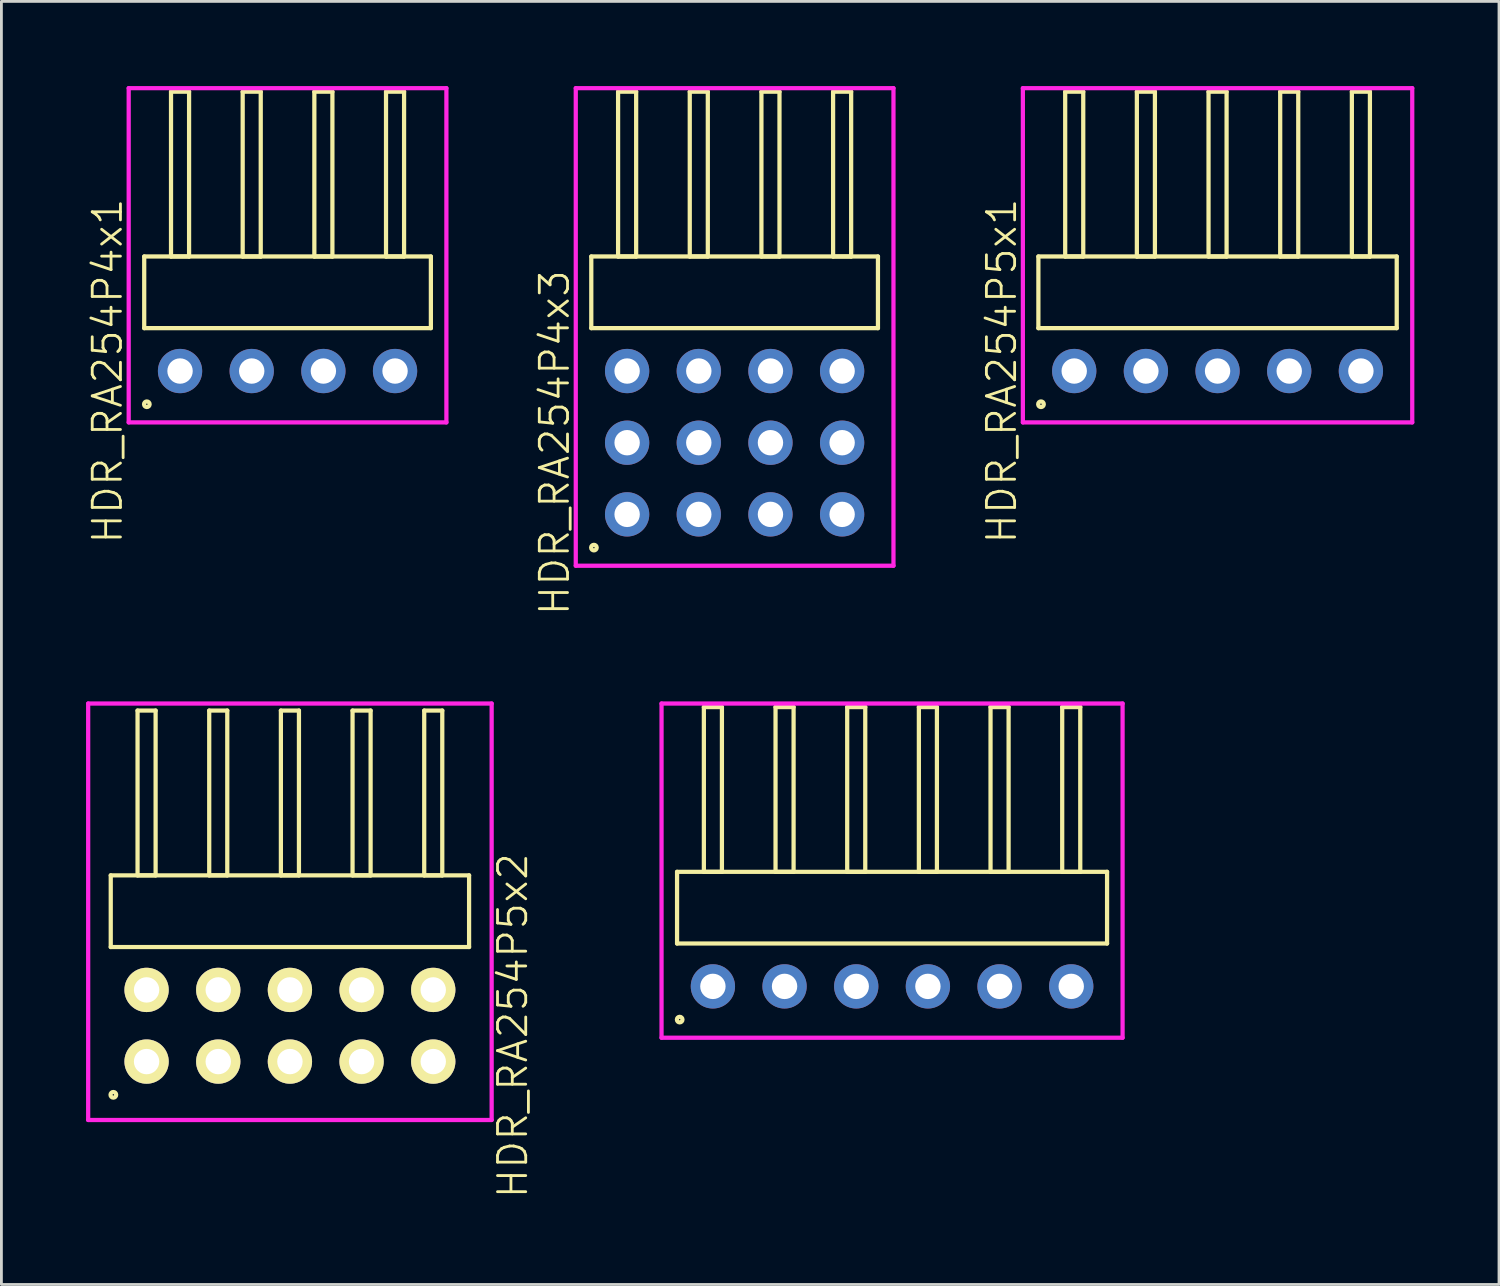
<source format=kicad_pcb>
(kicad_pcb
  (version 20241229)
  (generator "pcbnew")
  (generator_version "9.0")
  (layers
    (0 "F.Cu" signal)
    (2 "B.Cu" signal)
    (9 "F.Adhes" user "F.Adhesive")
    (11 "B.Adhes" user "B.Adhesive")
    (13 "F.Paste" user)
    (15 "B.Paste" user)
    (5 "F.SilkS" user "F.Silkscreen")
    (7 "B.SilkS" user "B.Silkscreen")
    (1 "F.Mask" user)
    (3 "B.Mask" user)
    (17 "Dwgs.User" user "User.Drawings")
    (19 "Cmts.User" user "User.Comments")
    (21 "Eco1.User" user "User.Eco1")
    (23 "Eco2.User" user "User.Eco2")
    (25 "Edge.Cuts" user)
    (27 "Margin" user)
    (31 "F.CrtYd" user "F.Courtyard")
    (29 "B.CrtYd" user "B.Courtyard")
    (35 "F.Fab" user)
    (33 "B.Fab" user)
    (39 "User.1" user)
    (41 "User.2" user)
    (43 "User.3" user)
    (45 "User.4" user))
  (footprint "HDR_RA254P5x1"
    (layer "F.Cu")
    (at 40.102 10.1)
    (property "Reference" "HDR_RA254P5x1" (at -7.65 0 90) (layer "F.SilkS") (effects (font (size 1 1) (thickness 0.1))))
    (attr through_hole)
    (fp_line (start -6.35 -4.06) (end -6.35 -1.52) (stroke (width 0.15) (type solid)) (layer "F.SilkS"))
    (fp_line (start -6.35 -1.52) (end 6.35 -1.52) (stroke (width 0.15) (type solid)) (layer "F.SilkS"))
    (fp_line (start -5.4 -9.9) (end -5.4 -4.06) (stroke (width 0.15) (type solid)) (layer "F.SilkS"))
    (fp_line (start -5.4 -4.06) (end -4.76 -4.06) (stroke (width 0.15) (type solid)) (layer "F.SilkS"))
    (fp_line (start -4.76 -9.9) (end -5.4 -9.9) (stroke (width 0.15) (type solid)) (layer "F.SilkS"))
    (fp_line (start -4.76 -4.06) (end -4.76 -9.9) (stroke (width 0.15) (type solid)) (layer "F.SilkS"))
    (fp_line (start -2.86 -9.9) (end -2.86 -4.06) (stroke (width 0.15) (type solid)) (layer "F.SilkS"))
    (fp_line (start -2.86 -4.06) (end -2.22 -4.06) (stroke (width 0.15) (type solid)) (layer "F.SilkS"))
    (fp_line (start -2.22 -9.9) (end -2.86 -9.9) (stroke (width 0.15) (type solid)) (layer "F.SilkS"))
    (fp_line (start -2.22 -4.06) (end -2.22 -9.9) (stroke (width 0.15) (type solid)) (layer "F.SilkS"))
    (fp_line (start -0.32 -9.9) (end -0.32 -4.06) (stroke (width 0.15) (type solid)) (layer "F.SilkS"))
    (fp_line (start -0.32 -4.06) (end 0.32 -4.06) (stroke (width 0.15) (type solid)) (layer "F.SilkS"))
    (fp_line (start 0.32 -9.9) (end -0.32 -9.9) (stroke (width 0.15) (type solid)) (layer "F.SilkS"))
    (fp_line (start 0.32 -4.06) (end 0.32 -9.9) (stroke (width 0.15) (type solid)) (layer "F.SilkS"))
    (fp_line (start 2.22 -9.9) (end 2.22 -4.06) (stroke (width 0.15) (type solid)) (layer "F.SilkS"))
    (fp_line (start 2.22 -4.06) (end 2.86 -4.06) (stroke (width 0.15) (type solid)) (layer "F.SilkS"))
    (fp_line (start 2.86 -9.9) (end 2.22 -9.9) (stroke (width 0.15) (type solid)) (layer "F.SilkS"))
    (fp_line (start 2.86 -4.06) (end 2.86 -9.9) (stroke (width 0.15) (type solid)) (layer "F.SilkS"))
    (fp_line (start 4.76 -9.9) (end 4.76 -4.06) (stroke (width 0.15) (type solid)) (layer "F.SilkS"))
    (fp_line (start 4.76 -4.06) (end 5.4 -4.06) (stroke (width 0.15) (type solid)) (layer "F.SilkS"))
    (fp_line (start 5.4 -9.9) (end 4.76 -9.9) (stroke (width 0.15) (type solid)) (layer "F.SilkS"))
    (fp_line (start 5.4 -4.06) (end 5.4 -9.9) (stroke (width 0.15) (type solid)) (layer "F.SilkS"))
    (fp_line (start 6.35 -4.06) (end -6.35 -4.06) (stroke (width 0.15) (type solid)) (layer "F.SilkS"))
    (fp_line (start 6.35 -1.52) (end 6.35 -4.06) (stroke (width 0.15) (type solid)) (layer "F.SilkS"))
    (fp_circle (center -6.258 1.177) (end -6.158 1.177) (stroke (width 0.15) (type solid)) (fill no) (layer "F.SilkS"))
    (fp_line (start -6.9 -10.025) (end -6.9 1.82) (stroke (width 0.15) (type solid)) (layer "F.CrtYd"))
    (fp_line (start -6.9 1.82) (end 6.9 1.82) (stroke (width 0.15) (type solid)) (layer "F.CrtYd"))
    (fp_line (start 6.9 -10.025) (end -6.9 -10.025) (stroke (width 0.15) (type solid)) (layer "F.CrtYd"))
    (fp_line (start 6.9 1.82) (end 6.9 -10.025) (stroke (width 0.15) (type solid)) (layer "F.CrtYd"))
    (pad "1" thru_hole oval (at -5.08 0) (size 1.57 1.57) (drill 0.9) (layers "*.Cu" "*.Mask"))
    (pad "2" thru_hole oval (at -2.54 0) (size 1.57 1.57) (drill 0.9) (layers "*.Cu" "*.Mask"))
    (pad "3" thru_hole oval (at 0 0) (size 1.57 1.57) (drill 0.9) (layers "*.Cu" "*.Mask"))
    (pad "4" thru_hole oval (at 2.54 0) (size 1.57 1.57) (drill 0.9) (layers "*.Cu" "*.Mask"))
    (pad "5" thru_hole oval (at 5.08 0) (size 1.57 1.57) (drill 0.9) (layers "*.Cu" "*.Mask")))
  (footprint "HDR_RA254P5x2"
    (layer "F.Cu")
    (at 7.225 33.304)
    (property "Reference" "HDR_RA254P5x2" (at 7.9 0 90) (layer "F.SilkS") (effects (font (size 1 1) (thickness 0.1))))
    (attr through_hole)
    (fp_line (start -6.35 -5.33) (end -6.35 -2.79) (stroke (width 0.15) (type solid)) (layer "F.SilkS"))
    (fp_line (start -6.35 -2.79) (end 6.35 -2.79) (stroke (width 0.15) (type solid)) (layer "F.SilkS"))
    (fp_line (start -5.4 -11.17) (end -5.4 -5.33) (stroke (width 0.15) (type solid)) (layer "F.SilkS"))
    (fp_line (start -5.4 -5.33) (end -4.76 -5.33) (stroke (width 0.15) (type solid)) (layer "F.SilkS"))
    (fp_line (start -4.76 -11.17) (end -5.4 -11.17) (stroke (width 0.15) (type solid)) (layer "F.SilkS"))
    (fp_line (start -4.76 -5.33) (end -4.76 -11.17) (stroke (width 0.15) (type solid)) (layer "F.SilkS"))
    (fp_line (start -2.86 -11.17) (end -2.86 -5.33) (stroke (width 0.15) (type solid)) (layer "F.SilkS"))
    (fp_line (start -2.86 -5.33) (end -2.22 -5.33) (stroke (width 0.15) (type solid)) (layer "F.SilkS"))
    (fp_line (start -2.22 -11.17) (end -2.86 -11.17) (stroke (width 0.15) (type solid)) (layer "F.SilkS"))
    (fp_line (start -2.22 -5.33) (end -2.22 -11.17) (stroke (width 0.15) (type solid)) (layer "F.SilkS"))
    (fp_line (start -0.32 -11.17) (end -0.32 -5.33) (stroke (width 0.15) (type solid)) (layer "F.SilkS"))
    (fp_line (start -0.32 -5.33) (end 0.32 -5.33) (stroke (width 0.15) (type solid)) (layer "F.SilkS"))
    (fp_line (start 0.32 -11.17) (end -0.32 -11.17) (stroke (width 0.15) (type solid)) (layer "F.SilkS"))
    (fp_line (start 0.32 -5.33) (end 0.32 -11.17) (stroke (width 0.15) (type solid)) (layer "F.SilkS"))
    (fp_line (start 2.22 -11.17) (end 2.22 -5.33) (stroke (width 0.15) (type solid)) (layer "F.SilkS"))
    (fp_line (start 2.22 -5.33) (end 2.86 -5.33) (stroke (width 0.15) (type solid)) (layer "F.SilkS"))
    (fp_line (start 2.86 -11.17) (end 2.22 -11.17) (stroke (width 0.15) (type solid)) (layer "F.SilkS"))
    (fp_line (start 2.86 -5.33) (end 2.86 -11.17) (stroke (width 0.15) (type solid)) (layer "F.SilkS"))
    (fp_line (start 4.76 -11.17) (end 4.76 -5.33) (stroke (width 0.15) (type solid)) (layer "F.SilkS"))
    (fp_line (start 4.76 -5.33) (end 5.4 -5.33) (stroke (width 0.15) (type solid)) (layer "F.SilkS"))
    (fp_line (start 5.4 -11.17) (end 4.76 -11.17) (stroke (width 0.15) (type solid)) (layer "F.SilkS"))
    (fp_line (start 5.4 -5.33) (end 5.4 -11.17) (stroke (width 0.15) (type solid)) (layer "F.SilkS"))
    (fp_line (start 6.35 -5.33) (end -6.35 -5.33) (stroke (width 0.15) (type solid)) (layer "F.SilkS"))
    (fp_line (start 6.35 -2.79) (end 6.35 -5.33) (stroke (width 0.15) (type solid)) (layer "F.SilkS"))
    (fp_circle (center -6.258 2.448) (end -6.158 2.448) (stroke (width 0.15) (type solid)) (fill no) (layer "F.SilkS"))
    (fp_line (start -7.15 -11.42) (end -7.15 3.34) (stroke (width 0.15) (type solid)) (layer "F.CrtYd"))
    (fp_line (start -7.15 3.34) (end 7.15 3.34) (stroke (width 0.15) (type solid)) (layer "F.CrtYd"))
    (fp_line (start 7.15 -11.42) (end -7.15 -11.42) (stroke (width 0.15) (type solid)) (layer "F.CrtYd"))
    (fp_line (start 7.15 3.34) (end 7.15 -11.42) (stroke (width 0.15) (type solid)) (layer "F.CrtYd"))
    (pad "1" thru_hole oval (at -5.08 1.27) (size 1.57 1.57) (drill 0.9) (layers "*.Cu" "*.Mask" "F.SilkS"))
    (pad "2" thru_hole oval (at -5.08 -1.27) (size 1.57 1.57) (drill 0.9) (layers "*.Cu" "*.Mask" "F.SilkS"))
    (pad "3" thru_hole oval (at -2.54 1.27) (size 1.57 1.57) (drill 0.9) (layers "*.Cu" "*.Mask" "F.SilkS"))
    (pad "4" thru_hole oval (at -2.54 -1.27) (size 1.57 1.57) (drill 0.9) (layers "*.Cu" "*.Mask" "F.SilkS"))
    (pad "5" thru_hole oval (at 0 1.27) (size 1.57 1.57) (drill 0.9) (layers "*.Cu" "*.Mask" "F.SilkS"))
    (pad "6" thru_hole oval (at 0 -1.27) (size 1.57 1.57) (drill 0.9) (layers "*.Cu" "*.Mask" "F.SilkS"))
    (pad "7" thru_hole oval (at 2.54 1.27) (size 1.57 1.57) (drill 0.9) (layers "*.Cu" "*.Mask" "F.SilkS"))
    (pad "8" thru_hole oval (at 2.54 -1.27) (size 1.57 1.57) (drill 0.9) (layers "*.Cu" "*.Mask" "F.SilkS"))
    (pad "9" thru_hole oval (at 5.08 1.27) (size 1.57 1.57) (drill 0.9) (layers "*.Cu" "*.Mask" "F.SilkS"))
    (pad "10" thru_hole oval (at 5.08 -1.27) (size 1.57 1.57) (drill 0.9) (layers "*.Cu" "*.Mask" "F.SilkS")))
  (footprint "HDR_RA254P6x1"
    (layer "F.Cu")
    (at 28.566 31.909)
    (property "Reference" "HDR_RA254P6x1" (at -8.92 0 90) (layer "User.1") (effects (font (size 1 1) (thickness 0.1))))
    (attr through_hole)
    (fp_line (start -7.62 -4.06) (end -7.62 -1.52) (stroke (width 0.15) (type solid)) (layer "F.SilkS"))
    (fp_line (start -7.62 -1.52) (end 7.62 -1.52) (stroke (width 0.15) (type solid)) (layer "F.SilkS"))
    (fp_line (start -6.67 -9.9) (end -6.67 -4.06) (stroke (width 0.15) (type solid)) (layer "F.SilkS"))
    (fp_line (start -6.67 -4.06) (end -6.03 -4.06) (stroke (width 0.15) (type solid)) (layer "F.SilkS"))
    (fp_line (start -6.03 -9.9) (end -6.67 -9.9) (stroke (width 0.15) (type solid)) (layer "F.SilkS"))
    (fp_line (start -6.03 -4.06) (end -6.03 -9.9) (stroke (width 0.15) (type solid)) (layer "F.SilkS"))
    (fp_line (start -4.13 -9.9) (end -4.13 -4.06) (stroke (width 0.15) (type solid)) (layer "F.SilkS"))
    (fp_line (start -4.13 -4.06) (end -3.49 -4.06) (stroke (width 0.15) (type solid)) (layer "F.SilkS"))
    (fp_line (start -3.49 -9.9) (end -4.13 -9.9) (stroke (width 0.15) (type solid)) (layer "F.SilkS"))
    (fp_line (start -3.49 -4.06) (end -3.49 -9.9) (stroke (width 0.15) (type solid)) (layer "F.SilkS"))
    (fp_line (start -1.59 -9.9) (end -1.59 -4.06) (stroke (width 0.15) (type solid)) (layer "F.SilkS"))
    (fp_line (start -1.59 -4.06) (end -0.95 -4.06) (stroke (width 0.15) (type solid)) (layer "F.SilkS"))
    (fp_line (start -0.95 -9.9) (end -1.59 -9.9) (stroke (width 0.15) (type solid)) (layer "F.SilkS"))
    (fp_line (start -0.95 -4.06) (end -0.95 -9.9) (stroke (width 0.15) (type solid)) (layer "F.SilkS"))
    (fp_line (start 0.95 -9.9) (end 0.95 -4.06) (stroke (width 0.15) (type solid)) (layer "F.SilkS"))
    (fp_line (start 0.95 -4.06) (end 1.59 -4.06) (stroke (width 0.15) (type solid)) (layer "F.SilkS"))
    (fp_line (start 1.59 -9.9) (end 0.95 -9.9) (stroke (width 0.15) (type solid)) (layer "F.SilkS"))
    (fp_line (start 1.59 -4.06) (end 1.59 -9.9) (stroke (width 0.15) (type solid)) (layer "F.SilkS"))
    (fp_line (start 3.49 -9.9) (end 3.49 -4.06) (stroke (width 0.15) (type solid)) (layer "F.SilkS"))
    (fp_line (start 3.49 -4.06) (end 4.13 -4.06) (stroke (width 0.15) (type solid)) (layer "F.SilkS"))
    (fp_line (start 4.13 -9.9) (end 3.49 -9.9) (stroke (width 0.15) (type solid)) (layer "F.SilkS"))
    (fp_line (start 4.13 -4.06) (end 4.13 -9.9) (stroke (width 0.15) (type solid)) (layer "F.SilkS"))
    (fp_line (start 6.03 -9.9) (end 6.03 -4.06) (stroke (width 0.15) (type solid)) (layer "F.SilkS"))
    (fp_line (start 6.03 -4.06) (end 6.67 -4.06) (stroke (width 0.15) (type solid)) (layer "F.SilkS"))
    (fp_line (start 6.67 -9.9) (end 6.03 -9.9) (stroke (width 0.15) (type solid)) (layer "F.SilkS"))
    (fp_line (start 6.67 -4.06) (end 6.67 -9.9) (stroke (width 0.15) (type solid)) (layer "F.SilkS"))
    (fp_line (start 7.62 -4.06) (end -7.62 -4.06) (stroke (width 0.15) (type solid)) (layer "F.SilkS"))
    (fp_line (start 7.62 -1.52) (end 7.62 -4.06) (stroke (width 0.15) (type solid)) (layer "F.SilkS"))
    (fp_circle (center -7.527 1.177) (end -7.428 1.177) (stroke (width 0.15) (type solid)) (fill no) (layer "F.SilkS"))
    (fp_line (start -8.17 -10.025) (end -8.17 1.82) (stroke (width 0.15) (type solid)) (layer "F.CrtYd"))
    (fp_line (start -8.17 1.82) (end 8.17 1.82) (stroke (width 0.15) (type solid)) (layer "F.CrtYd"))
    (fp_line (start 8.17 -10.025) (end -8.17 -10.025) (stroke (width 0.15) (type solid)) (layer "F.CrtYd"))
    (fp_line (start 8.17 1.82) (end 8.17 -10.025) (stroke (width 0.15) (type solid)) (layer "F.CrtYd"))
    (pad "1" thru_hole oval (at -6.35 0) (size 1.57 1.57) (drill 0.9) (layers "*.Cu" "*.Mask"))
    (pad "2" thru_hole oval (at -3.81 0) (size 1.57 1.57) (drill 0.9) (layers "*.Cu" "*.Mask"))
    (pad "3" thru_hole oval (at -1.27 0) (size 1.57 1.57) (drill 0.9) (layers "*.Cu" "*.Mask"))
    (pad "4" thru_hole oval (at 1.27 0) (size 1.57 1.57) (drill 0.9) (layers "*.Cu" "*.Mask"))
    (pad "5" thru_hole oval (at 3.81 0) (size 1.57 1.57) (drill 0.9) (layers "*.Cu" "*.Mask"))
    (pad "6" thru_hole oval (at 6.35 0) (size 1.57 1.57) (drill 0.9) (layers "*.Cu" "*.Mask")))
  (footprint "HDR_RA254P4x1"
    (layer "F.Cu")
    (at 7.141 10.1)
    (property "Reference" "HDR_RA254P4x1" (at -6.38 0 90) (layer "F.SilkS") (effects (font (size 1 1) (thickness 0.1))))
    (attr through_hole)
    (fp_line (start -5.08 -4.06) (end -5.08 -1.52) (stroke (width 0.15) (type solid)) (layer "F.SilkS"))
    (fp_line (start -5.08 -1.52) (end 5.08 -1.52) (stroke (width 0.15) (type solid)) (layer "F.SilkS"))
    (fp_line (start -4.13 -9.9) (end -4.13 -4.06) (stroke (width 0.15) (type solid)) (layer "F.SilkS"))
    (fp_line (start -4.13 -4.06) (end -3.49 -4.06) (stroke (width 0.15) (type solid)) (layer "F.SilkS"))
    (fp_line (start -3.49 -9.9) (end -4.13 -9.9) (stroke (width 0.15) (type solid)) (layer "F.SilkS"))
    (fp_line (start -3.49 -4.06) (end -3.49 -9.9) (stroke (width 0.15) (type solid)) (layer "F.SilkS"))
    (fp_line (start -1.59 -9.9) (end -1.59 -4.06) (stroke (width 0.15) (type solid)) (layer "F.SilkS"))
    (fp_line (start -1.59 -4.06) (end -0.95 -4.06) (stroke (width 0.15) (type solid)) (layer "F.SilkS"))
    (fp_line (start -0.95 -9.9) (end -1.59 -9.9) (stroke (width 0.15) (type solid)) (layer "F.SilkS"))
    (fp_line (start -0.95 -4.06) (end -0.95 -9.9) (stroke (width 0.15) (type solid)) (layer "F.SilkS"))
    (fp_line (start 0.95 -9.9) (end 0.95 -4.06) (stroke (width 0.15) (type solid)) (layer "F.SilkS"))
    (fp_line (start 0.95 -4.06) (end 1.59 -4.06) (stroke (width 0.15) (type solid)) (layer "F.SilkS"))
    (fp_line (start 1.59 -9.9) (end 0.95 -9.9) (stroke (width 0.15) (type solid)) (layer "F.SilkS"))
    (fp_line (start 1.59 -4.06) (end 1.59 -9.9) (stroke (width 0.15) (type solid)) (layer "F.SilkS"))
    (fp_line (start 3.49 -9.9) (end 3.49 -4.06) (stroke (width 0.15) (type solid)) (layer "F.SilkS"))
    (fp_line (start 3.49 -4.06) (end 4.13 -4.06) (stroke (width 0.15) (type solid)) (layer "F.SilkS"))
    (fp_line (start 4.13 -9.9) (end 3.49 -9.9) (stroke (width 0.15) (type solid)) (layer "F.SilkS"))
    (fp_line (start 4.13 -4.06) (end 4.13 -9.9) (stroke (width 0.15) (type solid)) (layer "F.SilkS"))
    (fp_line (start 5.08 -4.06) (end -5.08 -4.06) (stroke (width 0.15) (type solid)) (layer "F.SilkS"))
    (fp_line (start 5.08 -1.52) (end 5.08 -4.06) (stroke (width 0.15) (type solid)) (layer "F.SilkS"))
    (fp_circle (center -4.987 1.177) (end -4.888 1.177) (stroke (width 0.15) (type solid)) (fill no) (layer "F.SilkS"))
    (fp_line (start -5.63 -10.025) (end -5.63 1.82) (stroke (width 0.15) (type solid)) (layer "F.CrtYd"))
    (fp_line (start -5.63 1.82) (end 5.63 1.82) (stroke (width 0.15) (type solid)) (layer "F.CrtYd"))
    (fp_line (start 5.63 -10.025) (end -5.63 -10.025) (stroke (width 0.15) (type solid)) (layer "F.CrtYd"))
    (fp_line (start 5.63 1.82) (end 5.63 -10.025) (stroke (width 0.15) (type solid)) (layer "F.CrtYd"))
    (pad "1" thru_hole oval (at -3.81 0) (size 1.57 1.57) (drill 0.9) (layers "*.Cu" "*.Mask"))
    (pad "2" thru_hole oval (at -1.27 0) (size 1.57 1.57) (drill 0.9) (layers "*.Cu" "*.Mask"))
    (pad "3" thru_hole oval (at 1.27 0) (size 1.57 1.57) (drill 0.9) (layers "*.Cu" "*.Mask"))
    (pad "4" thru_hole oval (at 3.81 0) (size 1.57 1.57) (drill 0.9) (layers "*.Cu" "*.Mask")))
  (footprint "HDR_RA254P4x3"
    (layer "F.Cu")
    (at 22.986 12.64)
    (property "Reference" "HDR_RA254P4x3" (at -6.38 0 90) (layer "F.SilkS") (effects (font (size 1 1) (thickness 0.1))))
    (attr through_hole)
    (fp_line (start -5.08 -6.6) (end -5.08 -4.06) (stroke (width 0.15) (type solid)) (layer "F.SilkS"))
    (fp_line (start -5.08 -4.06) (end 5.08 -4.06) (stroke (width 0.15) (type solid)) (layer "F.SilkS"))
    (fp_line (start -4.13 -12.44) (end -4.13 -6.6) (stroke (width 0.15) (type solid)) (layer "F.SilkS"))
    (fp_line (start -4.13 -6.6) (end -3.49 -6.6) (stroke (width 0.15) (type solid)) (layer "F.SilkS"))
    (fp_line (start -3.49 -12.44) (end -4.13 -12.44) (stroke (width 0.15) (type solid)) (layer "F.SilkS"))
    (fp_line (start -3.49 -6.6) (end -3.49 -12.44) (stroke (width 0.15) (type solid)) (layer "F.SilkS"))
    (fp_line (start -1.59 -12.44) (end -1.59 -6.6) (stroke (width 0.15) (type solid)) (layer "F.SilkS"))
    (fp_line (start -1.59 -6.6) (end -0.95 -6.6) (stroke (width 0.15) (type solid)) (layer "F.SilkS"))
    (fp_line (start -0.95 -12.44) (end -1.59 -12.44) (stroke (width 0.15) (type solid)) (layer "F.SilkS"))
    (fp_line (start -0.95 -6.6) (end -0.95 -12.44) (stroke (width 0.15) (type solid)) (layer "F.SilkS"))
    (fp_line (start 0.95 -12.44) (end 0.95 -6.6) (stroke (width 0.15) (type solid)) (layer "F.SilkS"))
    (fp_line (start 0.95 -6.6) (end 1.59 -6.6) (stroke (width 0.15) (type solid)) (layer "F.SilkS"))
    (fp_line (start 1.59 -12.44) (end 0.95 -12.44) (stroke (width 0.15) (type solid)) (layer "F.SilkS"))
    (fp_line (start 1.59 -6.6) (end 1.59 -12.44) (stroke (width 0.15) (type solid)) (layer "F.SilkS"))
    (fp_line (start 3.49 -12.44) (end 3.49 -6.6) (stroke (width 0.15) (type solid)) (layer "F.SilkS"))
    (fp_line (start 3.49 -6.6) (end 4.13 -6.6) (stroke (width 0.15) (type solid)) (layer "F.SilkS"))
    (fp_line (start 4.13 -12.44) (end 3.49 -12.44) (stroke (width 0.15) (type solid)) (layer "F.SilkS"))
    (fp_line (start 4.13 -6.6) (end 4.13 -12.44) (stroke (width 0.15) (type solid)) (layer "F.SilkS"))
    (fp_line (start 5.08 -6.6) (end -5.08 -6.6) (stroke (width 0.15) (type solid)) (layer "F.SilkS"))
    (fp_line (start 5.08 -4.06) (end 5.08 -6.6) (stroke (width 0.15) (type solid)) (layer "F.SilkS"))
    (fp_circle (center -4.987 3.718) (end -4.888 3.718) (stroke (width 0.15) (type solid)) (fill no) (layer "F.SilkS"))
    (fp_line (start -5.63 -12.565) (end -5.63 4.36) (stroke (width 0.15) (type solid)) (layer "F.CrtYd"))
    (fp_line (start -5.63 4.36) (end 5.63 4.36) (stroke (width 0.15) (type solid)) (layer "F.CrtYd"))
    (fp_line (start 5.63 -12.565) (end -5.63 -12.565) (stroke (width 0.15) (type solid)) (layer "F.CrtYd"))
    (fp_line (start 5.63 4.36) (end 5.63 -12.565) (stroke (width 0.15) (type solid)) (layer "F.CrtYd"))
    (pad "1" thru_hole oval (at -3.81 2.54) (size 1.57 1.57) (drill 0.9) (layers "*.Cu" "*.Mask"))
    (pad "2" thru_hole oval (at -3.81 0) (size 1.57 1.57) (drill 0.9) (layers "*.Cu" "*.Mask"))
    (pad "3" thru_hole oval (at -3.81 -2.54) (size 1.57 1.57) (drill 0.9) (layers "*.Cu" "*.Mask"))
    (pad "4" thru_hole oval (at -1.27 2.54) (size 1.57 1.57) (drill 0.9) (layers "*.Cu" "*.Mask"))
    (pad "5" thru_hole oval (at -1.27 0) (size 1.57 1.57) (drill 0.9) (layers "*.Cu" "*.Mask"))
    (pad "6" thru_hole oval (at -1.27 -2.54) (size 1.57 1.57) (drill 0.9) (layers "*.Cu" "*.Mask"))
    (pad "7" thru_hole oval (at 1.27 2.54) (size 1.57 1.57) (drill 0.9) (layers "*.Cu" "*.Mask"))
    (pad "8" thru_hole oval (at 1.27 0) (size 1.57 1.57) (drill 0.9) (layers "*.Cu" "*.Mask"))
    (pad "9" thru_hole oval (at 1.27 -2.54) (size 1.57 1.57) (drill 0.9) (layers "*.Cu" "*.Mask"))
    (pad "10" thru_hole oval (at 3.81 2.54) (size 1.57 1.57) (drill 0.9) (layers "*.Cu" "*.Mask"))
    (pad "11" thru_hole oval (at 3.81 0) (size 1.57 1.57) (drill 0.9) (layers "*.Cu" "*.Mask"))
    (pad "12" thru_hole oval (at 3.81 -2.54) (size 1.57 1.57) (drill 0.9) (layers "*.Cu" "*.Mask")))
  (gr_rect
    (start -3 -3)
    (end 50.077 42.473)
    (stroke (width 0.1) (type default))
    (fill no)
    (layer "Edge.Cuts")))
</source>
